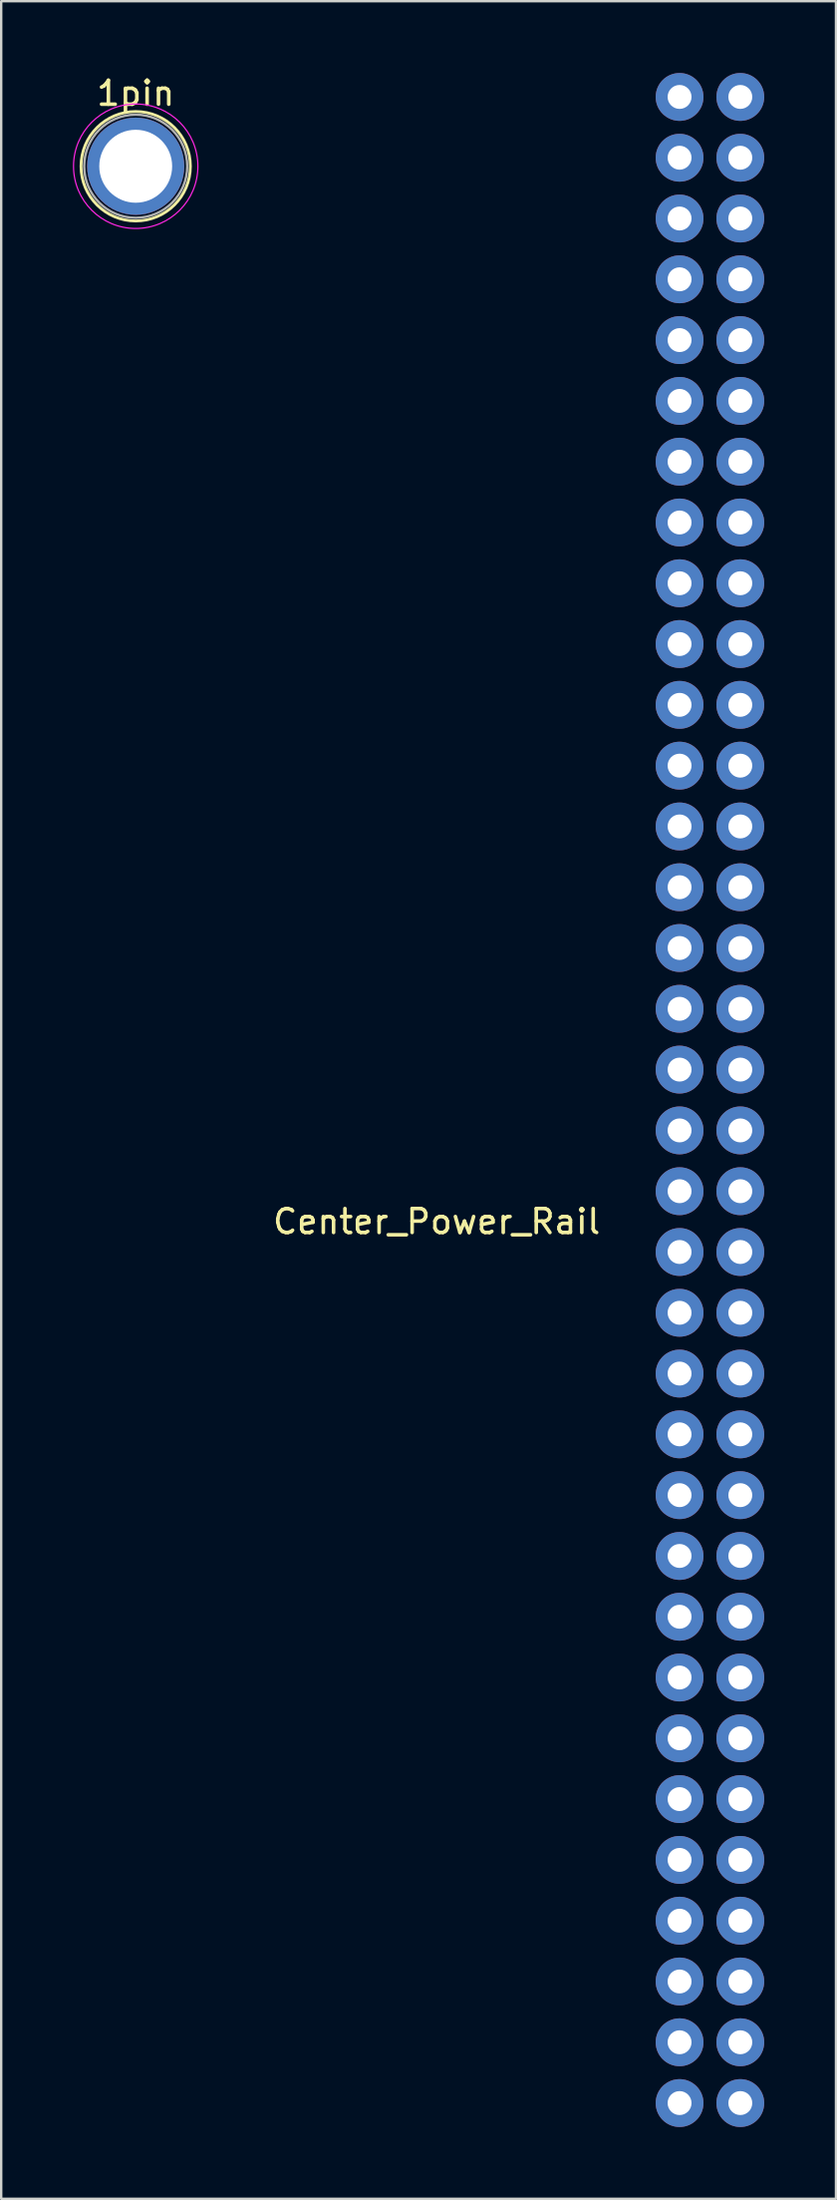
<source format=kicad_pcb>
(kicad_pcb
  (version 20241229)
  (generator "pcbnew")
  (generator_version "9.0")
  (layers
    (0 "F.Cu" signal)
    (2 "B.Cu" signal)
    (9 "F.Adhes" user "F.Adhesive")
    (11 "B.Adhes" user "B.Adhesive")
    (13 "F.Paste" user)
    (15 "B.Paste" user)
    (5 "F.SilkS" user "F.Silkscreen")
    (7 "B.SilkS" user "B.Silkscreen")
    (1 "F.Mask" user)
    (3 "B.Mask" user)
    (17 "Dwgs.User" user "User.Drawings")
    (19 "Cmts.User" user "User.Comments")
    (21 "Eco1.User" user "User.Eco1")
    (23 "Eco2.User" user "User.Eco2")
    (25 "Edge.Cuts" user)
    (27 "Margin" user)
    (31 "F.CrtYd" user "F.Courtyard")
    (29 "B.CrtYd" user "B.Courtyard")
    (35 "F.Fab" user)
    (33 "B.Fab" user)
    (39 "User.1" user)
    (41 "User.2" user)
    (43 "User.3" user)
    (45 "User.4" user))
  (footprint "1pin"
    (layer "F.Cu")
    (at 2.625 3.896)
    (property "Reference" "1pin" (at 0 -3.048 0) (layer "F.SilkS") (effects (font (size 1 1) (thickness 0.15))))
    (attr through_hole)
    (fp_circle (center 0 0) (end 0 -2.286) (stroke (width 0.12) (type solid)) (fill no) (layer "F.SilkS"))
    (fp_circle (center 0 0) (end 2.6 0) (stroke (width 0.05) (type solid)) (fill no) (layer "F.CrtYd"))
    (fp_circle (center 0 0) (end 2 0.8) (stroke (width 0.1) (type solid)) (fill no) (layer "F.Fab"))
    (pad "1" thru_hole circle (at 0 0) (size 4.064 4.064) (drill 3.048) (layers "*.Cu" "*.Mask")))
  (footprint "Center_Power_Rail"
    (layer "F.Cu")
    (at 26.638 42.91)
    (property "Reference" "Center_Power_Rail" (at -11.43 5.08 0) (layer "F.SilkS") (effects (font (size 1 1) (thickness 0.15))))
    (attr through_hole)
    (pad "1" thru_hole circle (at -1.27 -41.91) (size 2 2) (drill 1) (layers "*.Cu" "*.Mask"))
    (pad "1" thru_hole circle (at -1.27 -39.37) (size 2 2) (drill 1) (layers "*.Cu" "*.Mask"))
    (pad "1" thru_hole circle (at -1.27 -36.83) (size 2 2) (drill 1) (layers "*.Cu" "*.Mask"))
    (pad "1" thru_hole circle (at -1.27 -34.29) (size 2 2) (drill 1) (layers "*.Cu" "*.Mask"))
    (pad "1" thru_hole circle (at -1.27 -31.75) (size 2 2) (drill 1) (layers "*.Cu" "*.Mask"))
    (pad "1" thru_hole circle (at -1.27 -29.21) (size 2 2) (drill 1) (layers "*.Cu" "*.Mask"))
    (pad "1" thru_hole circle (at -1.27 -26.67) (size 2 2) (drill 1) (layers "*.Cu" "*.Mask"))
    (pad "1" thru_hole circle (at -1.27 -24.13) (size 2 2) (drill 1) (layers "*.Cu" "*.Mask"))
    (pad "1" thru_hole circle (at -1.27 -21.59) (size 2 2) (drill 1) (layers "*.Cu" "*.Mask"))
    (pad "1" thru_hole circle (at -1.27 -19.05) (size 2 2) (drill 1) (layers "*.Cu" "*.Mask"))
    (pad "1" thru_hole circle (at -1.27 -16.51) (size 2 2) (drill 1) (layers "*.Cu" "*.Mask"))
    (pad "1" thru_hole circle (at -1.27 -13.97) (size 2 2) (drill 1) (layers "*.Cu" "*.Mask"))
    (pad "1" thru_hole circle (at -1.27 -11.43) (size 2 2) (drill 1) (layers "*.Cu" "*.Mask"))
    (pad "1" thru_hole circle (at -1.27 -8.89) (size 2 2) (drill 1) (layers "*.Cu" "*.Mask"))
    (pad "1" thru_hole circle (at -1.27 -6.35) (size 2 2) (drill 1) (layers "*.Cu" "*.Mask"))
    (pad "1" thru_hole circle (at -1.27 -3.81) (size 2 2) (drill 1) (layers "*.Cu" "*.Mask"))
    (pad "1" thru_hole circle (at -1.27 -1.27) (size 2 2) (drill 1) (layers "*.Cu" "*.Mask"))
    (pad "1" thru_hole circle (at -1.27 1.27) (size 2 2) (drill 1) (layers "*.Cu" "*.Mask"))
    (pad "1" thru_hole circle (at -1.27 3.81) (size 2 2) (drill 1) (layers "*.Cu" "*.Mask"))
    (pad "1" thru_hole circle (at -1.27 6.35) (size 2 2) (drill 1) (layers "*.Cu" "*.Mask"))
    (pad "1" thru_hole circle (at -1.27 8.89) (size 2 2) (drill 1) (layers "*.Cu" "*.Mask"))
    (pad "1" thru_hole circle (at -1.27 11.43) (size 2 2) (drill 1) (layers "*.Cu" "*.Mask"))
    (pad "1" thru_hole circle (at -1.27 13.97) (size 2 2) (drill 1) (layers "*.Cu" "*.Mask"))
    (pad "1" thru_hole circle (at -1.27 16.51) (size 2 2) (drill 1) (layers "*.Cu" "*.Mask"))
    (pad "1" thru_hole circle (at -1.27 19.05) (size 2 2) (drill 1) (layers "*.Cu" "*.Mask"))
    (pad "1" thru_hole circle (at -1.27 21.59) (size 2 2) (drill 1) (layers "*.Cu" "*.Mask"))
    (pad "1" thru_hole circle (at -1.27 24.13) (size 2 2) (drill 1) (layers "*.Cu" "*.Mask"))
    (pad "1" thru_hole circle (at -1.27 26.67) (size 2 2) (drill 1) (layers "*.Cu" "*.Mask"))
    (pad "1" thru_hole circle (at -1.27 29.21) (size 2 2) (drill 1) (layers "*.Cu" "*.Mask"))
    (pad "1" thru_hole circle (at -1.27 31.75) (size 2 2) (drill 1) (layers "*.Cu" "*.Mask"))
    (pad "1" thru_hole circle (at -1.27 34.29) (size 2 2) (drill 1) (layers "*.Cu" "*.Mask"))
    (pad "1" thru_hole circle (at -1.27 36.83) (size 2 2) (drill 1) (layers "*.Cu" "*.Mask"))
    (pad "1" thru_hole circle (at -1.27 39.37) (size 2 2) (drill 1) (layers "*.Cu" "*.Mask"))
    (pad "1" thru_hole circle (at -1.27 41.91) (size 2 2) (drill 1) (layers "*.Cu" "*.Mask"))
    (pad "1" thru_hole circle (at 1.27 -41.91) (size 2 2) (drill 1) (layers "*.Cu" "*.Mask"))
    (pad "1" thru_hole circle (at 1.27 -39.37) (size 2 2) (drill 1) (layers "*.Cu" "*.Mask"))
    (pad "1" thru_hole circle (at 1.27 -36.83) (size 2 2) (drill 1) (layers "*.Cu" "*.Mask"))
    (pad "1" thru_hole circle (at 1.27 -34.29) (size 2 2) (drill 1) (layers "*.Cu" "*.Mask"))
    (pad "1" thru_hole circle (at 1.27 -31.75) (size 2 2) (drill 1) (layers "*.Cu" "*.Mask"))
    (pad "1" thru_hole circle (at 1.27 -29.21) (size 2 2) (drill 1) (layers "*.Cu" "*.Mask"))
    (pad "1" thru_hole circle (at 1.27 -26.67) (size 2 2) (drill 1) (layers "*.Cu" "*.Mask"))
    (pad "1" thru_hole circle (at 1.27 -24.13) (size 2 2) (drill 1) (layers "*.Cu" "*.Mask"))
    (pad "1" thru_hole circle (at 1.27 -21.59) (size 2 2) (drill 1) (layers "*.Cu" "*.Mask"))
    (pad "1" thru_hole circle (at 1.27 -19.05) (size 2 2) (drill 1) (layers "*.Cu" "*.Mask"))
    (pad "1" thru_hole circle (at 1.27 -16.51) (size 2 2) (drill 1) (layers "*.Cu" "*.Mask"))
    (pad "1" thru_hole circle (at 1.27 -13.97) (size 2 2) (drill 1) (layers "*.Cu" "*.Mask"))
    (pad "1" thru_hole circle (at 1.27 -11.43) (size 2 2) (drill 1) (layers "*.Cu" "*.Mask"))
    (pad "1" thru_hole circle (at 1.27 -8.89) (size 2 2) (drill 1) (layers "*.Cu" "*.Mask"))
    (pad "1" thru_hole circle (at 1.27 -6.35) (size 2 2) (drill 1) (layers "*.Cu" "*.Mask"))
    (pad "1" thru_hole circle (at 1.27 -3.81) (size 2 2) (drill 1) (layers "*.Cu" "*.Mask"))
    (pad "1" thru_hole circle (at 1.27 -1.27) (size 2 2) (drill 1) (layers "*.Cu" "*.Mask"))
    (pad "1" thru_hole circle (at 1.27 1.27) (size 2 2) (drill 1) (layers "*.Cu" "*.Mask"))
    (pad "1" thru_hole circle (at 1.27 3.81) (size 2 2) (drill 1) (layers "*.Cu" "*.Mask"))
    (pad "1" thru_hole circle (at 1.27 6.35) (size 2 2) (drill 1) (layers "*.Cu" "*.Mask"))
    (pad "1" thru_hole circle (at 1.27 8.89) (size 2 2) (drill 1) (layers "*.Cu" "*.Mask"))
    (pad "1" thru_hole circle (at 1.27 11.43) (size 2 2) (drill 1) (layers "*.Cu" "*.Mask"))
    (pad "1" thru_hole circle (at 1.27 13.97) (size 2 2) (drill 1) (layers "*.Cu" "*.Mask"))
    (pad "1" thru_hole circle (at 1.27 16.51) (size 2 2) (drill 1) (layers "*.Cu" "*.Mask"))
    (pad "1" thru_hole circle (at 1.27 19.05) (size 2 2) (drill 1) (layers "*.Cu" "*.Mask"))
    (pad "1" thru_hole circle (at 1.27 21.59) (size 2 2) (drill 1) (layers "*.Cu" "*.Mask"))
    (pad "1" thru_hole circle (at 1.27 24.13) (size 2 2) (drill 1) (layers "*.Cu" "*.Mask"))
    (pad "1" thru_hole circle (at 1.27 26.67) (size 2 2) (drill 1) (layers "*.Cu" "*.Mask"))
    (pad "1" thru_hole circle (at 1.27 29.21) (size 2 2) (drill 1) (layers "*.Cu" "*.Mask"))
    (pad "1" thru_hole circle (at 1.27 31.75) (size 2 2) (drill 1) (layers "*.Cu" "*.Mask"))
    (pad "1" thru_hole circle (at 1.27 34.29) (size 2 2) (drill 1) (layers "*.Cu" "*.Mask"))
    (pad "1" thru_hole circle (at 1.27 36.83) (size 2 2) (drill 1) (layers "*.Cu" "*.Mask"))
    (pad "1" thru_hole circle (at 1.27 39.37) (size 2 2) (drill 1) (layers "*.Cu" "*.Mask"))
    (pad "1" thru_hole circle (at 1.27 41.91) (size 2 2) (drill 1) (layers "*.Cu" "*.Mask")))
  (gr_rect
    (start -3 -3)
    (end 31.908 88.82)
    (stroke (width 0.1) (type default))
    (fill no)
    (layer "Edge.Cuts")))
</source>
